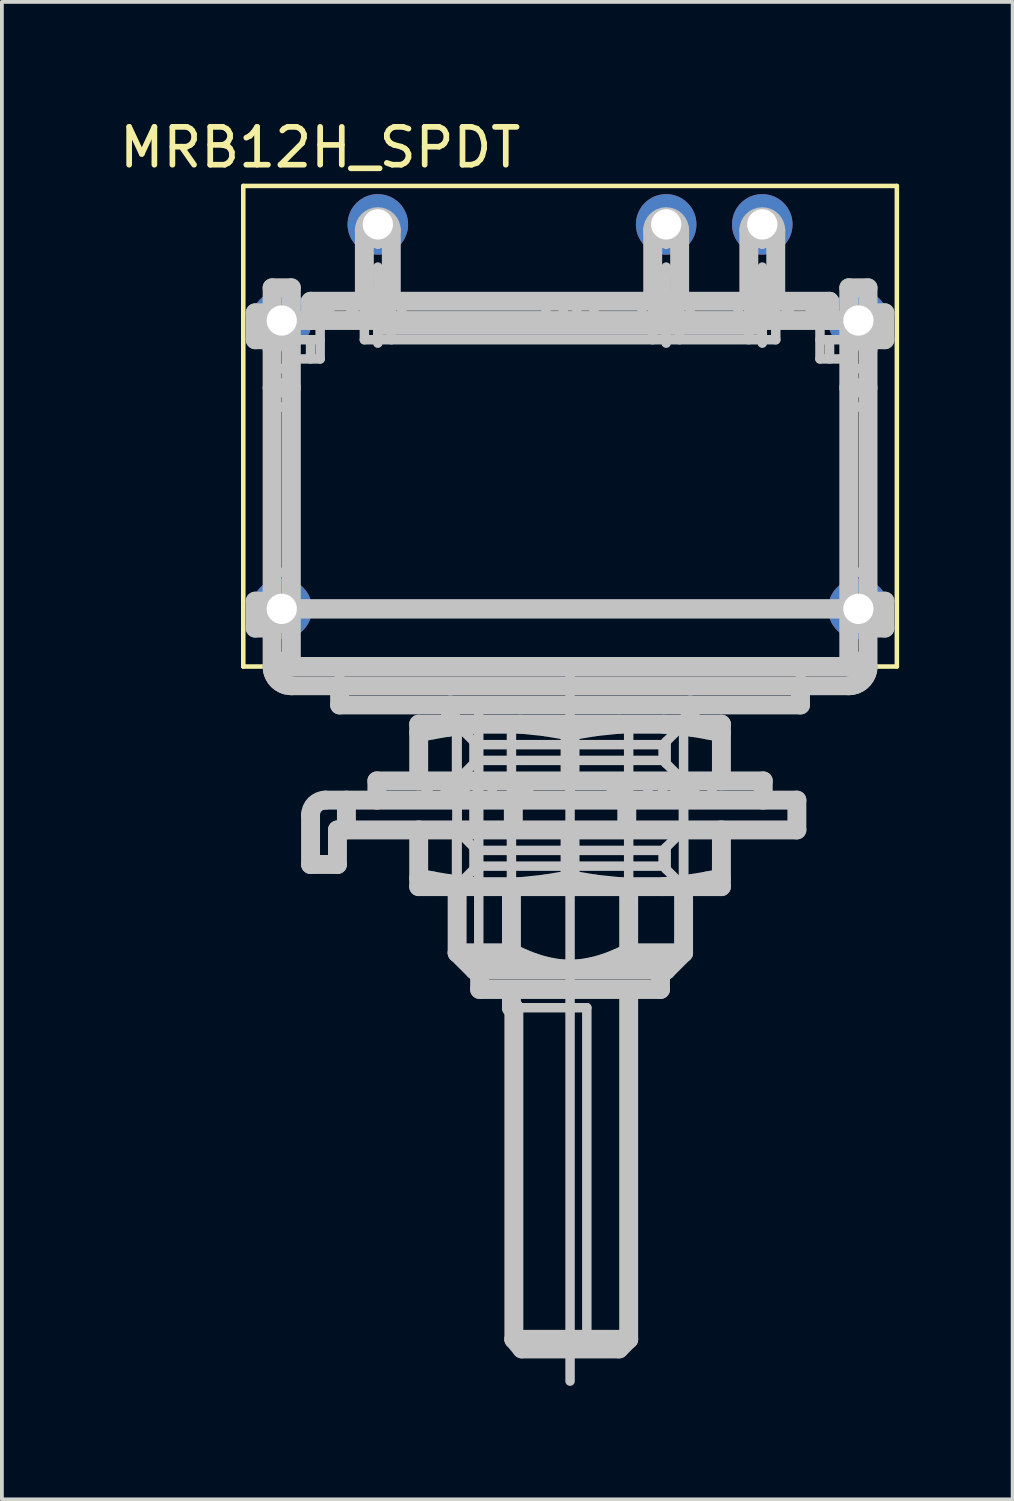
<source format=kicad_pcb>
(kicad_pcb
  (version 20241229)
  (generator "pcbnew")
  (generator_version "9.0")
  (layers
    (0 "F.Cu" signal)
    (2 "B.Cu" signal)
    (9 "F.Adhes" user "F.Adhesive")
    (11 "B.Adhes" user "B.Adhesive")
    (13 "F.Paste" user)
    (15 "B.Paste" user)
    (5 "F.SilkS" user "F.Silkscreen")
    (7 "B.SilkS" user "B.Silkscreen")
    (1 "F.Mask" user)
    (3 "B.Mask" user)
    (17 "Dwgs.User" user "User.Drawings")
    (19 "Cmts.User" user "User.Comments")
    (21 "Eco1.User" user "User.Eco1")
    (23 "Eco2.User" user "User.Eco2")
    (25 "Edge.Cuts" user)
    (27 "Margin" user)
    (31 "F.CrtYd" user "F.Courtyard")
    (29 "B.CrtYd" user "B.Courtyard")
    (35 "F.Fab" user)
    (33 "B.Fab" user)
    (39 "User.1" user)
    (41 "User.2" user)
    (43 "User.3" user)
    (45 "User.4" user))
  (footprint "MRB12H_SPDT"
    (layer "F.Cu")
    (at 9.475 2.88)
    (property "Reference" "MRB12H_SPDT" (at -4.064 -2.032 0) (unlocked yes) (layer "F.SilkS") (effects (font (size 1 1) (thickness 0.15))))
    (attr through_hole)
    (fp_line (start -6.096 -1.016) (end -6.096 11.684) (stroke (width 0.12) (type default)) (layer "F.SilkS"))
    (fp_line (start -6.096 11.684) (end 11.176 11.684) (stroke (width 0.12) (type default)) (layer "F.SilkS"))
    (fp_line (start 11.176 -1.016) (end -6.096 -1.016) (stroke (width 0.12) (type default)) (layer "F.SilkS"))
    (fp_line (start 11.176 11.684) (end 11.176 -1.016) (stroke (width 0.12) (type default)) (layer "F.SilkS"))
    (fp_line (start -5.78 2.337) (end -5.78 3.048) (stroke (width 0.5) (type solid)) (layer "Dwgs.User"))
    (fp_line (start -5.78 2.337) (end -5.334 2.337) (stroke (width 0.5) (type solid)) (layer "Dwgs.User"))
    (fp_line (start -5.78 9.957) (end -5.78 10.668) (stroke (width 0.5) (type solid)) (layer "Dwgs.User"))
    (fp_line (start -5.78 9.957) (end -5.334 9.957) (stroke (width 0.5) (type solid)) (layer "Dwgs.User"))
    (fp_line (start -5.734 3.048) (end -5.734 2.337) (stroke (width 0.25) (type solid)) (layer "Dwgs.User"))
    (fp_line (start -5.734 10.668) (end -5.734 9.957) (stroke (width 0.25) (type solid)) (layer "Dwgs.User"))
    (fp_line (start -5.709 3.048) (end -5.709 2.337) (stroke (width 0.25) (type solid)) (layer "Dwgs.User"))
    (fp_line (start -5.709 10.668) (end -5.709 9.957) (stroke (width 0.25) (type solid)) (layer "Dwgs.User"))
    (fp_line (start -5.334 1.676) (end -5.334 11.684) (stroke (width 0.5) (type solid)) (layer "Dwgs.User"))
    (fp_line (start -5.334 1.676) (end -4.826 1.676) (stroke (width 0.5) (type solid)) (layer "Dwgs.User"))
    (fp_line (start -5.334 3.048) (end -5.78 3.048) (stroke (width 0.5) (type solid)) (layer "Dwgs.User"))
    (fp_line (start -5.334 10.668) (end -5.78 10.668) (stroke (width 0.5) (type solid)) (layer "Dwgs.User"))
    (fp_line (start -5.334 11.684) (end -5.327 11.767) (stroke (width 0.5) (type solid)) (layer "Dwgs.User"))
    (fp_line (start -5.327 11.767) (end -5.307 11.847) (stroke (width 0.5) (type solid)) (layer "Dwgs.User"))
    (fp_line (start -5.307 11.847) (end -5.274 11.923) (stroke (width 0.5) (type solid)) (layer "Dwgs.User"))
    (fp_line (start -5.274 11.923) (end -5.23 11.992) (stroke (width 0.5) (type solid)) (layer "Dwgs.User"))
    (fp_line (start -5.262 2.337) (end -5.262 3.048) (stroke (width 0.25) (type solid)) (layer "Dwgs.User"))
    (fp_line (start -5.262 9.957) (end -5.262 10.668) (stroke (width 0.25) (type solid)) (layer "Dwgs.User"))
    (fp_line (start -5.239 3.048) (end -5.239 2.337) (stroke (width 0.25) (type solid)) (layer "Dwgs.User"))
    (fp_line (start -5.239 10.668) (end -5.239 9.957) (stroke (width 0.25) (type solid)) (layer "Dwgs.User"))
    (fp_line (start -5.23 11.992) (end -5.175 12.054) (stroke (width 0.5) (type solid)) (layer "Dwgs.User"))
    (fp_line (start -5.226 3.048) (end -5.226 2.337) (stroke (width 0.25) (type solid)) (layer "Dwgs.User"))
    (fp_line (start -5.226 10.668) (end -5.226 9.957) (stroke (width 0.25) (type solid)) (layer "Dwgs.User"))
    (fp_line (start -5.175 12.054) (end -5.11 12.105) (stroke (width 0.5) (type solid)) (layer "Dwgs.User"))
    (fp_line (start -5.11 12.105) (end -5.036 12.147) (stroke (width 0.5) (type solid)) (layer "Dwgs.User"))
    (fp_line (start -5.08 3.048) (end -5.334 3.048) (stroke (width 0.25) (type solid)) (layer "Dwgs.User"))
    (fp_line (start -5.036 12.147) (end -4.956 12.175) (stroke (width 0.5) (type solid)) (layer "Dwgs.User"))
    (fp_line (start -4.956 12.175) (end -4.826 12.192) (stroke (width 0.5) (type solid)) (layer "Dwgs.User"))
    (fp_line (start -4.826 1.676) (end -4.826 2.54) (stroke (width 0.5) (type solid)) (layer "Dwgs.User"))
    (fp_line (start -4.826 2.337) (end -5.334 2.337) (stroke (width 0.25) (type solid)) (layer "Dwgs.User"))
    (fp_line (start -4.826 2.54) (end -4.826 10.16) (stroke (width 0.5) (type solid)) (layer "Dwgs.User"))
    (fp_line (start -4.826 3.048) (end -5.08 3.048) (stroke (width 0.5) (type solid)) (layer "Dwgs.User"))
    (fp_line (start -4.826 3.556) (end -4.064 3.556) (stroke (width 0.25) (type solid)) (layer "Dwgs.User"))
    (fp_line (start -4.826 3.81) (end -5.334 3.81) (stroke (width 0.25) (type solid)) (layer "Dwgs.User"))
    (fp_line (start -4.826 4.318) (end -5.334 4.318) (stroke (width 0.5) (type solid)) (layer "Dwgs.User"))
    (fp_line (start -4.826 4.826) (end -5.334 4.826) (stroke (width 0.25) (type solid)) (layer "Dwgs.User"))
    (fp_line (start -4.826 9.195) (end -5.334 9.195) (stroke (width 0.25) (type solid)) (layer "Dwgs.User"))
    (fp_line (start -4.826 9.957) (end -5.334 9.957) (stroke (width 0.25) (type solid)) (layer "Dwgs.User"))
    (fp_line (start -4.826 10.668) (end -5.334 10.668) (stroke (width 0.25) (type solid)) (layer "Dwgs.User"))
    (fp_line (start -4.826 11.417) (end -5.334 11.417) (stroke (width 0.25) (type solid)) (layer "Dwgs.User"))
    (fp_line (start -4.826 11.684) (end -4.826 10.16) (stroke (width 0.5) (type solid)) (layer "Dwgs.User"))
    (fp_line (start -4.318 2.032) (end -4.318 2.54) (stroke (width 0.5) (type solid)) (layer "Dwgs.User"))
    (fp_line (start -4.318 3.048) (end -4.318 3.556) (stroke (width 0.25) (type solid)) (layer "Dwgs.User"))
    (fp_line (start -4.318 15.608) (end -4.318 16.916) (stroke (width 0.5) (type solid)) (layer "Dwgs.User"))
    (fp_line (start -4.318 16.916) (end -3.607 16.916) (stroke (width 0.5) (type solid)) (layer "Dwgs.User"))
    (fp_line (start -4.108 2.032) (end -4.108 2.54) (stroke (width 0.25) (type solid)) (layer "Dwgs.User"))
    (fp_line (start -4.064 2.032) (end -4.064 2.54) (stroke (width 0.25) (type solid)) (layer "Dwgs.User"))
    (fp_line (start -4.064 3.048) (end -4.826 3.048) (stroke (width 0.25) (type solid)) (layer "Dwgs.User"))
    (fp_line (start -4.064 3.556) (end -4.064 2.54) (stroke (width 0.25) (type solid)) (layer "Dwgs.User"))
    (fp_line (start -3.937 2.032) (end -3.937 2.54) (stroke (width 0.25) (type solid)) (layer "Dwgs.User"))
    (fp_line (start -3.832 2.032) (end -3.832 2.54) (stroke (width 0.25) (type solid)) (layer "Dwgs.User"))
    (fp_line (start -3.81 2.032) (end -3.81 2.54) (stroke (width 0.25) (type solid)) (layer "Dwgs.User"))
    (fp_line (start -3.607 16.002) (end 8.534 16.002) (stroke (width 0.5) (type solid)) (layer "Dwgs.User"))
    (fp_line (start -3.607 16.916) (end -3.607 16.002) (stroke (width 0.5) (type solid)) (layer "Dwgs.User"))
    (fp_line (start -3.556 11.684) (end -3.556 12.192) (stroke (width 0.25) (type solid)) (layer "Dwgs.User"))
    (fp_line (start -3.55 11.684) (end -3.55 12.192) (stroke (width 0.25) (type solid)) (layer "Dwgs.User"))
    (fp_line (start -3.55 12.192) (end -3.55 12.7) (stroke (width 0.5) (type solid)) (layer "Dwgs.User"))
    (fp_line (start -3.37 15.215) (end -3.37 16.002) (stroke (width 0.5) (type solid)) (layer "Dwgs.User"))
    (fp_line (start -3.251 2.032) (end -3.251 2.54) (stroke (width 0.25) (type solid)) (layer "Dwgs.User"))
    (fp_line (start -3.175 2.032) (end -3.175 2.54) (stroke (width 0.25) (type solid)) (layer "Dwgs.User"))
    (fp_line (start -2.931 1.219) (end -2.149 1.219) (stroke (width 0.25) (type solid)) (layer "Dwgs.User"))
    (fp_line (start -2.913 0.152) (end -2.167 0.152) (stroke (width 0.25) (type solid)) (layer "Dwgs.User"))
    (fp_line (start -2.896 0.152) (end -2.896 2.032) (stroke (width 0.5) (type solid)) (layer "Dwgs.User"))
    (fp_line (start -2.896 2.032) (end -2.896 3.048) (stroke (width 0.25) (type solid)) (layer "Dwgs.User"))
    (fp_line (start -2.718 2.032) (end -2.718 2.54) (stroke (width 0.25) (type solid)) (layer "Dwgs.User"))
    (fp_line (start -2.565 14.707) (end -2.565 15.215) (stroke (width 0.5) (type solid)) (layer "Dwgs.User"))
    (fp_line (start -2.565 14.707) (end 7.645 14.707) (stroke (width 0.5) (type solid)) (layer "Dwgs.User"))
    (fp_line (start -2.54 0.526) (end -2.54 -0.221) (stroke (width 0.25) (type solid)) (layer "Dwgs.User"))
    (fp_line (start -2.54 1.128) (end -2.54 3.139) (stroke (width 0.25) (type solid)) (layer "Dwgs.User"))
    (fp_line (start -2.54 2.794) (end -2.54 3.048) (stroke (width 0.25) (type solid)) (layer "Dwgs.User"))
    (fp_line (start -2.362 2.032) (end -2.362 2.54) (stroke (width 0.25) (type solid)) (layer "Dwgs.User"))
    (fp_line (start -2.184 1.219) (end -2.896 1.219) (stroke (width 0.25) (type solid)) (layer "Dwgs.User"))
    (fp_line (start -2.184 2.032) (end -2.184 0.152) (stroke (width 0.5) (type solid)) (layer "Dwgs.User"))
    (fp_line (start -2.184 3.048) (end -2.184 2.032) (stroke (width 0.25) (type solid)) (layer "Dwgs.User"))
    (fp_line (start -1.905 2.54) (end -1.905 2.032) (stroke (width 0.25) (type solid)) (layer "Dwgs.User"))
    (fp_line (start -1.46 13.208) (end -1.46 14.707) (stroke (width 0.5) (type solid)) (layer "Dwgs.User"))
    (fp_line (start -1.46 13.433) (end -1.082 13.357) (stroke (width 0.5) (type solid)) (layer "Dwgs.User"))
    (fp_line (start -1.46 16.002) (end -1.46 17.501) (stroke (width 0.5) (type solid)) (layer "Dwgs.User"))
    (fp_line (start -1.46 17.501) (end 6.54 17.501) (stroke (width 0.5) (type solid)) (layer "Dwgs.User"))
    (fp_line (start -1.27 14.707) (end -1.27 15.215) (stroke (width 0.25) (type solid)) (layer "Dwgs.User"))
    (fp_line (start -1.212 14.707) (end -1.212 15.215) (stroke (width 0.25) (type solid)) (layer "Dwgs.User"))
    (fp_line (start -1.082 13.357) (end -0.702 13.293) (stroke (width 0.5) (type solid)) (layer "Dwgs.User"))
    (fp_line (start -1.08 17.352) (end -1.46 17.275) (stroke (width 0.5) (type solid)) (layer "Dwgs.User"))
    (fp_line (start -0.76 14.707) (end -0.76 15.215) (stroke (width 0.25) (type solid)) (layer "Dwgs.User"))
    (fp_line (start -0.702 13.293) (end -0.318 13.243) (stroke (width 0.5) (type solid)) (layer "Dwgs.User"))
    (fp_line (start -0.699 17.416) (end -1.08 17.352) (stroke (width 0.5) (type solid)) (layer "Dwgs.User"))
    (fp_line (start -0.62 13.208) (end -0.62 12.7) (stroke (width 0.5) (type solid)) (layer "Dwgs.User"))
    (fp_line (start -0.612 14.707) (end -0.612 15.215) (stroke (width 0.25) (type solid)) (layer "Dwgs.User"))
    (fp_line (start -0.46 13.208) (end -0.46 14.707) (stroke (width 0.25) (type solid)) (layer "Dwgs.User"))
    (fp_line (start -0.46 17.501) (end -0.46 16.002) (stroke (width 0.25) (type solid)) (layer "Dwgs.User"))
    (fp_line (start -0.446 16.002) (end -0.446 15.215) (stroke (width 0.25) (type solid)) (layer "Dwgs.User"))
    (fp_line (start -0.444 13.224) (end 0.082 13.749) (stroke (width 0.25) (type solid)) (layer "Dwgs.User"))
    (fp_line (start -0.444 16.018) (end 0.082 16.544) (stroke (width 0.25) (type solid)) (layer "Dwgs.User"))
    (fp_line (start -0.444 17.501) (end -0.444 13.208) (stroke (width 0.25) (type solid)) (layer "Dwgs.User"))
    (fp_line (start -0.444 19.25) (end -0.444 17.501) (stroke (width 0.5) (type solid)) (layer "Dwgs.User"))
    (fp_line (start -0.444 19.25) (end 0.991 19.25) (stroke (width 0.5) (type solid)) (layer "Dwgs.User"))
    (fp_line (start -0.318 13.243) (end 0.066 13.208) (stroke (width 0.5) (type solid)) (layer "Dwgs.User"))
    (fp_line (start -0.317 17.466) (end -0.699 17.416) (stroke (width 0.5) (type solid)) (layer "Dwgs.User"))
    (fp_line (start -0.232 14.707) (end -0.232 15.215) (stroke (width 0.25) (type solid)) (layer "Dwgs.User"))
    (fp_line (start 0 14.247) (end 0 13.668) (stroke (width 0.25) (type solid)) (layer "Dwgs.User"))
    (fp_line (start 0 16.002) (end 0 15.215) (stroke (width 0.25) (type solid)) (layer "Dwgs.User"))
    (fp_line (start 0 17.041) (end 0 16.462) (stroke (width 0.25) (type solid)) (layer "Dwgs.User"))
    (fp_line (start 0.018 19.71) (end -0.444 19.25) (stroke (width 0.5) (type solid)) (layer "Dwgs.User"))
    (fp_line (start 0.018 19.71) (end 5.08 19.71) (stroke (width 0.5) (type solid)) (layer "Dwgs.User"))
    (fp_line (start 0.025 16.002) (end 0.025 15.215) (stroke (width 0.25) (type solid)) (layer "Dwgs.User"))
    (fp_line (start 0.066 17.501) (end -0.317 17.466) (stroke (width 0.5) (type solid)) (layer "Dwgs.User"))
    (fp_line (start 0.082 13.749) (end 0.082 14.165) (stroke (width 0.25) (type solid)) (layer "Dwgs.User"))
    (fp_line (start 0.082 14.165) (end -0.444 14.691) (stroke (width 0.25) (type solid)) (layer "Dwgs.User"))
    (fp_line (start 0.082 16.544) (end 0.082 16.959) (stroke (width 0.25) (type solid)) (layer "Dwgs.User"))
    (fp_line (start 0.082 16.544) (end 4.998 16.544) (stroke (width 0.25) (type solid)) (layer "Dwgs.User"))
    (fp_line (start 0.082 16.959) (end -0.444 17.485) (stroke (width 0.25) (type solid)) (layer "Dwgs.User"))
    (fp_line (start 0.082 16.959) (end 4.998 16.959) (stroke (width 0.25) (type solid)) (layer "Dwgs.User"))
    (fp_line (start 0.091 14.707) (end 0.091 15.215) (stroke (width 0.25) (type solid)) (layer "Dwgs.User"))
    (fp_line (start 0.127 19.71) (end 0.127 12.7) (stroke (width 0.25) (type solid)) (layer "Dwgs.User"))
    (fp_line (start 0.15 19.71) (end 0.15 20.218) (stroke (width 0.5) (type solid)) (layer "Dwgs.User"))
    (fp_line (start 0.15 20.218) (end 4.93 20.218) (stroke (width 0.5) (type solid)) (layer "Dwgs.User"))
    (fp_line (start 0.483 14.707) (end 0.483 15.215) (stroke (width 0.25) (type solid)) (layer "Dwgs.User"))
    (fp_line (start 0.991 17.501) (end 0.991 13.208) (stroke (width 0.25) (type solid)) (layer "Dwgs.User"))
    (fp_line (start 0.991 19.25) (end 0.991 17.501) (stroke (width 0.5) (type solid)) (layer "Dwgs.User"))
    (fp_line (start 0.991 20.218) (end 0.991 20.701) (stroke (width 0.5) (type solid)) (layer "Dwgs.User"))
    (fp_line (start 1.041 16.002) (end 1.041 15.215) (stroke (width 0.5) (type solid)) (layer "Dwgs.User"))
    (fp_line (start 1.055 20.701) (end 0.991 20.701) (stroke (width 0.5) (type solid)) (layer "Dwgs.User"))
    (fp_line (start 1.055 20.701) (end 2.983 20.701) (stroke (width 0.25) (type solid)) (layer "Dwgs.User"))
    (fp_line (start 1.055 29.464) (end 1.055 20.701) (stroke (width 0.5) (type solid)) (layer "Dwgs.User"))
    (fp_line (start 1.055 29.464) (end 4.089 29.464) (stroke (width 0.5) (type solid)) (layer "Dwgs.User"))
    (fp_line (start 1.23 13.208) (end 1.886 13.277) (stroke (width 0.5) (type solid)) (layer "Dwgs.User"))
    (fp_line (start 1.237 14.707) (end 1.237 15.215) (stroke (width 0.25) (type solid)) (layer "Dwgs.User"))
    (fp_line (start 1.266 29.718) (end 1.055 29.464) (stroke (width 0.5) (type solid)) (layer "Dwgs.User"))
    (fp_line (start 1.266 29.718) (end 3.835 29.718) (stroke (width 0.5) (type solid)) (layer "Dwgs.User"))
    (fp_line (start 1.291 19.394) (end 0.991 19.25) (stroke (width 0.5) (type solid)) (layer "Dwgs.User"))
    (fp_line (start 1.445 14.707) (end 1.445 15.215) (stroke (width 0.25) (type solid)) (layer "Dwgs.User"))
    (fp_line (start 1.601 19.515) (end 1.291 19.394) (stroke (width 0.5) (type solid)) (layer "Dwgs.User"))
    (fp_line (start 1.886 13.277) (end 2.54 13.388) (stroke (width 0.5) (type solid)) (layer "Dwgs.User"))
    (fp_line (start 1.888 17.431) (end 1.23 17.501) (stroke (width 0.5) (type solid)) (layer "Dwgs.User"))
    (fp_line (start 1.905 2.032) (end 1.905 2.54) (stroke (width 0.25) (type solid)) (layer "Dwgs.User"))
    (fp_line (start 1.905 19.604) (end 1.601 19.515) (stroke (width 0.5) (type solid)) (layer "Dwgs.User"))
    (fp_line (start 2.218 19.661) (end 1.905 19.604) (stroke (width 0.5) (type solid)) (layer "Dwgs.User"))
    (fp_line (start 2.362 2.032) (end 2.362 2.54) (stroke (width 0.25) (type solid)) (layer "Dwgs.User"))
    (fp_line (start 2.534 19.681) (end 2.218 19.661) (stroke (width 0.5) (type solid)) (layer "Dwgs.User"))
    (fp_line (start 2.54 11.645) (end 2.54 30.569) (stroke (width 0.25) (type solid)) (layer "Dwgs.User"))
    (fp_line (start 2.54 13.388) (end 2.54 14.707) (stroke (width 0.5) (type solid)) (layer "Dwgs.User"))
    (fp_line (start 2.54 13.388) (end 3.192 13.277) (stroke (width 0.5) (type solid)) (layer "Dwgs.User"))
    (fp_line (start 2.54 14.707) (end 2.54 15.215) (stroke (width 0.25) (type solid)) (layer "Dwgs.User"))
    (fp_line (start 2.54 17.32) (end 1.888 17.431) (stroke (width 0.5) (type solid)) (layer "Dwgs.User"))
    (fp_line (start 2.54 17.32) (end 2.54 16.002) (stroke (width 0.5) (type solid)) (layer "Dwgs.User"))
    (fp_line (start 2.718 2.032) (end 2.718 2.54) (stroke (width 0.25) (type solid)) (layer "Dwgs.User"))
    (fp_line (start 2.85 19.662) (end 2.534 19.681) (stroke (width 0.5) (type solid)) (layer "Dwgs.User"))
    (fp_line (start 2.983 20.701) (end 2.983 29.464) (stroke (width 0.25) (type solid)) (layer "Dwgs.User"))
    (fp_line (start 2.983 29.464) (end 2.773 29.718) (stroke (width 0.25) (type solid)) (layer "Dwgs.User"))
    (fp_line (start 3.162 19.607) (end 2.85 19.662) (stroke (width 0.5) (type solid)) (layer "Dwgs.User"))
    (fp_line (start 3.175 2.54) (end 3.175 2.032) (stroke (width 0.25) (type solid)) (layer "Dwgs.User"))
    (fp_line (start 3.192 13.277) (end 3.85 13.208) (stroke (width 0.5) (type solid)) (layer "Dwgs.User"))
    (fp_line (start 3.194 17.432) (end 2.54 17.32) (stroke (width 0.5) (type solid)) (layer "Dwgs.User"))
    (fp_line (start 3.466 19.52) (end 3.162 19.607) (stroke (width 0.5) (type solid)) (layer "Dwgs.User"))
    (fp_line (start 3.635 14.707) (end 3.635 15.215) (stroke (width 0.25) (type solid)) (layer "Dwgs.User"))
    (fp_line (start 3.783 19.397) (end 3.466 19.52) (stroke (width 0.5) (type solid)) (layer "Dwgs.User"))
    (fp_line (start 3.835 29.718) (end 4.089 29.464) (stroke (width 0.5) (type solid)) (layer "Dwgs.User"))
    (fp_line (start 3.843 14.707) (end 3.843 15.215) (stroke (width 0.25) (type solid)) (layer "Dwgs.User"))
    (fp_line (start 3.85 17.501) (end 3.194 17.432) (stroke (width 0.5) (type solid)) (layer "Dwgs.User"))
    (fp_line (start 4.039 15.215) (end 4.039 16.002) (stroke (width 0.5) (type solid)) (layer "Dwgs.User"))
    (fp_line (start 4.089 13.208) (end 4.089 17.501) (stroke (width 0.25) (type solid)) (layer "Dwgs.User"))
    (fp_line (start 4.089 17.501) (end 4.089 19.25) (stroke (width 0.5) (type solid)) (layer "Dwgs.User"))
    (fp_line (start 4.089 19.25) (end 3.783 19.397) (stroke (width 0.5) (type solid)) (layer "Dwgs.User"))
    (fp_line (start 4.089 19.25) (end 5.54 19.25) (stroke (width 0.5) (type solid)) (layer "Dwgs.User"))
    (fp_line (start 4.089 29.464) (end 4.089 20.218) (stroke (width 0.5) (type solid)) (layer "Dwgs.User"))
    (fp_line (start 4.445 2.032) (end 4.445 2.54) (stroke (width 0.25) (type solid)) (layer "Dwgs.User"))
    (fp_line (start 4.597 14.707) (end 4.597 15.215) (stroke (width 0.25) (type solid)) (layer "Dwgs.User"))
    (fp_line (start 4.689 1.219) (end 5.471 1.219) (stroke (width 0.25) (type solid)) (layer "Dwgs.User"))
    (fp_line (start 4.707 0.152) (end 5.453 0.152) (stroke (width 0.25) (type solid)) (layer "Dwgs.User"))
    (fp_line (start 4.724 0.152) (end 4.724 2.032) (stroke (width 0.5) (type solid)) (layer "Dwgs.User"))
    (fp_line (start 4.724 2.032) (end 4.724 3.048) (stroke (width 0.25) (type solid)) (layer "Dwgs.User"))
    (fp_line (start 4.902 2.032) (end 4.902 2.54) (stroke (width 0.25) (type solid)) (layer "Dwgs.User"))
    (fp_line (start 4.93 20.218) (end 4.93 19.71) (stroke (width 0.5) (type solid)) (layer "Dwgs.User"))
    (fp_line (start 4.989 14.707) (end 4.989 15.215) (stroke (width 0.25) (type solid)) (layer "Dwgs.User"))
    (fp_line (start 4.998 13.749) (end 0.082 13.749) (stroke (width 0.25) (type solid)) (layer "Dwgs.User"))
    (fp_line (start 4.998 13.749) (end 5.54 13.208) (stroke (width 0.25) (type solid)) (layer "Dwgs.User"))
    (fp_line (start 4.998 14.165) (end 0.082 14.165) (stroke (width 0.25) (type solid)) (layer "Dwgs.User"))
    (fp_line (start 4.998 14.165) (end 4.998 13.749) (stroke (width 0.25) (type solid)) (layer "Dwgs.User"))
    (fp_line (start 4.998 16.544) (end 5.54 16.002) (stroke (width 0.25) (type solid)) (layer "Dwgs.User"))
    (fp_line (start 4.998 16.959) (end 4.998 16.544) (stroke (width 0.25) (type solid)) (layer "Dwgs.User"))
    (fp_line (start 5.014 13.208) (end 5.397 13.243) (stroke (width 0.5) (type solid)) (layer "Dwgs.User"))
    (fp_line (start 5.08 0.526) (end 5.08 -0.221) (stroke (width 0.25) (type solid)) (layer "Dwgs.User"))
    (fp_line (start 5.08 1.128) (end 5.08 3.139) (stroke (width 0.25) (type solid)) (layer "Dwgs.User"))
    (fp_line (start 5.08 14.247) (end 5.08 13.668) (stroke (width 0.25) (type solid)) (layer "Dwgs.User"))
    (fp_line (start 5.08 17.041) (end 5.08 16.462) (stroke (width 0.25) (type solid)) (layer "Dwgs.User"))
    (fp_line (start 5.08 19.71) (end 5.54 19.25) (stroke (width 0.5) (type solid)) (layer "Dwgs.User"))
    (fp_line (start 5.258 2.032) (end 5.258 2.54) (stroke (width 0.25) (type solid)) (layer "Dwgs.User"))
    (fp_line (start 5.312 14.707) (end 5.312 15.215) (stroke (width 0.25) (type solid)) (layer "Dwgs.User"))
    (fp_line (start 5.397 13.243) (end 5.779 13.293) (stroke (width 0.5) (type solid)) (layer "Dwgs.User"))
    (fp_line (start 5.398 17.466) (end 5.014 17.501) (stroke (width 0.5) (type solid)) (layer "Dwgs.User"))
    (fp_line (start 5.436 1.219) (end 4.724 1.219) (stroke (width 0.25) (type solid)) (layer "Dwgs.User"))
    (fp_line (start 5.436 2.032) (end 5.436 0.152) (stroke (width 0.5) (type solid)) (layer "Dwgs.User"))
    (fp_line (start 5.436 3.048) (end 5.436 2.032) (stroke (width 0.25) (type solid)) (layer "Dwgs.User"))
    (fp_line (start 5.537 16.002) (end 5.537 15.215) (stroke (width 0.25) (type solid)) (layer "Dwgs.User"))
    (fp_line (start 5.54 14.707) (end 4.998 14.165) (stroke (width 0.25) (type solid)) (layer "Dwgs.User"))
    (fp_line (start 5.54 17.501) (end 4.998 16.959) (stroke (width 0.25) (type solid)) (layer "Dwgs.User"))
    (fp_line (start 5.54 17.501) (end 5.54 13.208) (stroke (width 0.25) (type solid)) (layer "Dwgs.User"))
    (fp_line (start 5.54 17.501) (end 5.54 16.002) (stroke (width 0.25) (type solid)) (layer "Dwgs.User"))
    (fp_line (start 5.54 19.25) (end 5.54 17.501) (stroke (width 0.5) (type solid)) (layer "Dwgs.User"))
    (fp_line (start 5.692 14.707) (end 5.692 15.215) (stroke (width 0.25) (type solid)) (layer "Dwgs.User"))
    (fp_line (start 5.715 2.54) (end 5.715 2.032) (stroke (width 0.25) (type solid)) (layer "Dwgs.User"))
    (fp_line (start 5.715 13.208) (end 5.715 12.7) (stroke (width 0.5) (type solid)) (layer "Dwgs.User"))
    (fp_line (start 5.74 15.215) (end 5.74 14.707) (stroke (width 0.25) (type solid)) (layer "Dwgs.User"))
    (fp_line (start 5.779 13.293) (end 6.16 13.357) (stroke (width 0.5) (type solid)) (layer "Dwgs.User"))
    (fp_line (start 5.782 17.415) (end 5.398 17.466) (stroke (width 0.5) (type solid)) (layer "Dwgs.User"))
    (fp_line (start 5.84 14.707) (end 5.84 15.215) (stroke (width 0.25) (type solid)) (layer "Dwgs.User"))
    (fp_line (start 6.16 13.357) (end 6.54 13.433) (stroke (width 0.5) (type solid)) (layer "Dwgs.User"))
    (fp_line (start 6.162 17.351) (end 5.782 17.415) (stroke (width 0.5) (type solid)) (layer "Dwgs.User"))
    (fp_line (start 6.292 14.707) (end 6.292 15.215) (stroke (width 0.25) (type solid)) (layer "Dwgs.User"))
    (fp_line (start 6.54 13.208) (end -1.46 13.208) (stroke (width 0.5) (type solid)) (layer "Dwgs.User"))
    (fp_line (start 6.54 14.707) (end 6.54 13.208) (stroke (width 0.5) (type solid)) (layer "Dwgs.User"))
    (fp_line (start 6.54 17.275) (end 6.162 17.351) (stroke (width 0.5) (type solid)) (layer "Dwgs.User"))
    (fp_line (start 6.54 17.501) (end 6.54 16.002) (stroke (width 0.5) (type solid)) (layer "Dwgs.User"))
    (fp_line (start 6.985 2.032) (end 6.985 2.54) (stroke (width 0.25) (type solid)) (layer "Dwgs.User"))
    (fp_line (start 7.229 1.219) (end 8.011 1.219) (stroke (width 0.25) (type solid)) (layer "Dwgs.User"))
    (fp_line (start 7.247 0.152) (end 7.993 0.152) (stroke (width 0.25) (type solid)) (layer "Dwgs.User"))
    (fp_line (start 7.264 0.152) (end 7.264 2.032) (stroke (width 0.5) (type solid)) (layer "Dwgs.User"))
    (fp_line (start 7.264 2.032) (end 7.264 3.048) (stroke (width 0.25) (type solid)) (layer "Dwgs.User"))
    (fp_line (start 7.442 2.032) (end 7.442 2.54) (stroke (width 0.25) (type solid)) (layer "Dwgs.User"))
    (fp_line (start 7.62 0.526) (end 7.62 -0.221) (stroke (width 0.25) (type solid)) (layer "Dwgs.User"))
    (fp_line (start 7.62 1.128) (end 7.62 3.139) (stroke (width 0.25) (type solid)) (layer "Dwgs.User"))
    (fp_line (start 7.62 2.794) (end -2.54 2.794) (stroke (width 0.25) (type solid)) (layer "Dwgs.User"))
    (fp_line (start 7.62 2.794) (end 7.62 3.048) (stroke (width 0.25) (type solid)) (layer "Dwgs.User"))
    (fp_line (start 7.645 15.215) (end 7.645 14.707) (stroke (width 0.5) (type solid)) (layer "Dwgs.User"))
    (fp_line (start 7.798 2.032) (end 7.798 2.54) (stroke (width 0.25) (type solid)) (layer "Dwgs.User"))
    (fp_line (start 7.976 1.219) (end 7.264 1.219) (stroke (width 0.25) (type solid)) (layer "Dwgs.User"))
    (fp_line (start 7.976 2.032) (end 7.976 0.152) (stroke (width 0.5) (type solid)) (layer "Dwgs.User"))
    (fp_line (start 7.976 3.048) (end -2.896 3.048) (stroke (width 0.25) (type solid)) (layer "Dwgs.User"))
    (fp_line (start 7.976 3.048) (end 7.976 2.032) (stroke (width 0.25) (type solid)) (layer "Dwgs.User"))
    (fp_line (start 8.255 2.54) (end 8.255 2.032) (stroke (width 0.25) (type solid)) (layer "Dwgs.User"))
    (fp_line (start 8.331 2.032) (end 8.331 2.54) (stroke (width 0.25) (type solid)) (layer "Dwgs.User"))
    (fp_line (start 8.534 15.215) (end -3.924 15.215) (stroke (width 0.5) (type solid)) (layer "Dwgs.User"))
    (fp_line (start 8.534 16.002) (end 8.534 15.215) (stroke (width 0.5) (type solid)) (layer "Dwgs.User"))
    (fp_line (start 8.63 12.192) (end 8.63 11.684) (stroke (width 0.25) (type solid)) (layer "Dwgs.User"))
    (fp_line (start 8.63 12.7) (end -3.55 12.7) (stroke (width 0.5) (type solid)) (layer "Dwgs.User"))
    (fp_line (start 8.63 12.7) (end 8.63 12.192) (stroke (width 0.5) (type solid)) (layer "Dwgs.User"))
    (fp_line (start 8.636 12.192) (end 8.636 11.684) (stroke (width 0.25) (type solid)) (layer "Dwgs.User"))
    (fp_line (start 8.89 2.032) (end 8.89 2.54) (stroke (width 0.25) (type solid)) (layer "Dwgs.User"))
    (fp_line (start 8.912 2.032) (end 8.912 2.54) (stroke (width 0.25) (type solid)) (layer "Dwgs.User"))
    (fp_line (start 9.017 2.032) (end 9.017 2.54) (stroke (width 0.25) (type solid)) (layer "Dwgs.User"))
    (fp_line (start 9.144 2.032) (end 9.144 2.54) (stroke (width 0.25) (type solid)) (layer "Dwgs.User"))
    (fp_line (start 9.144 3.556) (end 9.144 2.54) (stroke (width 0.25) (type solid)) (layer "Dwgs.User"))
    (fp_line (start 9.144 3.556) (end 9.906 3.556) (stroke (width 0.25) (type solid)) (layer "Dwgs.User"))
    (fp_line (start 9.188 2.032) (end 9.188 2.54) (stroke (width 0.25) (type solid)) (layer "Dwgs.User"))
    (fp_line (start 9.398 2.032) (end -4.318 2.032) (stroke (width 0.5) (type solid)) (layer "Dwgs.User"))
    (fp_line (start 9.398 2.032) (end 9.398 2.54) (stroke (width 0.5) (type solid)) (layer "Dwgs.User"))
    (fp_line (start 9.398 3.048) (end 9.398 3.556) (stroke (width 0.25) (type solid)) (layer "Dwgs.User"))
    (fp_line (start 9.906 1.676) (end 10.414 1.676) (stroke (width 0.5) (type solid)) (layer "Dwgs.User"))
    (fp_line (start 9.906 2.54) (end -4.826 2.54) (stroke (width 0.5) (type solid)) (layer "Dwgs.User"))
    (fp_line (start 9.906 2.54) (end 9.906 1.676) (stroke (width 0.5) (type solid)) (layer "Dwgs.User"))
    (fp_line (start 9.906 2.54) (end 9.906 10.16) (stroke (width 0.5) (type solid)) (layer "Dwgs.User"))
    (fp_line (start 9.906 3.048) (end 9.144 3.048) (stroke (width 0.25) (type solid)) (layer "Dwgs.User"))
    (fp_line (start 9.906 10.16) (end -4.826 10.16) (stroke (width 0.5) (type solid)) (layer "Dwgs.User"))
    (fp_line (start 9.906 10.16) (end -4.826 10.16) (stroke (width 0.5) (type solid)) (layer "Dwgs.User"))
    (fp_line (start 9.906 11.684) (end -4.826 11.684) (stroke (width 0.5) (type solid)) (layer "Dwgs.User"))
    (fp_line (start 9.906 11.684) (end 9.906 10.16) (stroke (width 0.5) (type solid)) (layer "Dwgs.User"))
    (fp_line (start 9.906 12.192) (end -4.826 12.192) (stroke (width 0.5) (type solid)) (layer "Dwgs.User"))
    (fp_line (start 9.906 12.192) (end 9.994 12.184) (stroke (width 0.5) (type solid)) (layer "Dwgs.User"))
    (fp_line (start 9.994 12.184) (end 10.079 12.162) (stroke (width 0.5) (type solid)) (layer "Dwgs.User"))
    (fp_line (start 10.079 12.162) (end 10.16 12.124) (stroke (width 0.5) (type solid)) (layer "Dwgs.User"))
    (fp_line (start 10.16 12.124) (end 10.233 12.073) (stroke (width 0.5) (type solid)) (layer "Dwgs.User"))
    (fp_line (start 10.16 3.048) (end 9.906 3.048) (stroke (width 0.5) (type solid)) (layer "Dwgs.User"))
    (fp_line (start 10.233 12.073) (end 10.295 12.01) (stroke (width 0.5) (type solid)) (layer "Dwgs.User"))
    (fp_line (start 10.295 12.01) (end 10.346 11.938) (stroke (width 0.5) (type solid)) (layer "Dwgs.User"))
    (fp_line (start 10.306 3.048) (end 10.306 2.337) (stroke (width 0.25) (type solid)) (layer "Dwgs.User"))
    (fp_line (start 10.306 10.668) (end 10.306 9.957) (stroke (width 0.25) (type solid)) (layer "Dwgs.User"))
    (fp_line (start 10.319 3.048) (end 10.319 2.337) (stroke (width 0.25) (type solid)) (layer "Dwgs.User"))
    (fp_line (start 10.319 10.668) (end 10.319 9.957) (stroke (width 0.25) (type solid)) (layer "Dwgs.User"))
    (fp_line (start 10.342 3.048) (end 10.342 2.337) (stroke (width 0.25) (type solid)) (layer "Dwgs.User"))
    (fp_line (start 10.342 10.668) (end 10.342 9.957) (stroke (width 0.25) (type solid)) (layer "Dwgs.User"))
    (fp_line (start 10.346 11.938) (end 10.383 11.86) (stroke (width 0.5) (type solid)) (layer "Dwgs.User"))
    (fp_line (start 10.383 11.86) (end 10.406 11.776) (stroke (width 0.5) (type solid)) (layer "Dwgs.User"))
    (fp_line (start 10.406 11.776) (end 10.414 11.684) (stroke (width 0.5) (type solid)) (layer "Dwgs.User"))
    (fp_line (start 10.414 2.337) (end 9.906 2.337) (stroke (width 0.25) (type solid)) (layer "Dwgs.User"))
    (fp_line (start 10.414 2.337) (end 10.86 2.337) (stroke (width 0.5) (type solid)) (layer "Dwgs.User"))
    (fp_line (start 10.414 3.048) (end 10.16 3.048) (stroke (width 0.25) (type solid)) (layer "Dwgs.User"))
    (fp_line (start 10.414 3.81) (end 9.906 3.81) (stroke (width 0.25) (type solid)) (layer "Dwgs.User"))
    (fp_line (start 10.414 4.318) (end 9.906 4.318) (stroke (width 0.5) (type solid)) (layer "Dwgs.User"))
    (fp_line (start 10.414 4.826) (end 9.906 4.826) (stroke (width 0.25) (type solid)) (layer "Dwgs.User"))
    (fp_line (start 10.414 9.195) (end 9.906 9.195) (stroke (width 0.25) (type solid)) (layer "Dwgs.User"))
    (fp_line (start 10.414 9.957) (end 9.906 9.957) (stroke (width 0.25) (type solid)) (layer "Dwgs.User"))
    (fp_line (start 10.414 9.957) (end 10.86 9.957) (stroke (width 0.5) (type solid)) (layer "Dwgs.User"))
    (fp_line (start 10.414 10.668) (end 9.906 10.668) (stroke (width 0.25) (type solid)) (layer "Dwgs.User"))
    (fp_line (start 10.414 11.417) (end 9.906 11.417) (stroke (width 0.25) (type solid)) (layer "Dwgs.User"))
    (fp_line (start 10.414 11.684) (end -5.334 11.684) (stroke (width 0.5) (type solid)) (layer "Dwgs.User"))
    (fp_line (start 10.414 11.684) (end 10.414 1.676) (stroke (width 0.5) (type solid)) (layer "Dwgs.User"))
    (fp_line (start 10.789 3.048) (end 10.789 2.337) (stroke (width 0.25) (type solid)) (layer "Dwgs.User"))
    (fp_line (start 10.789 10.668) (end 10.789 9.957) (stroke (width 0.25) (type solid)) (layer "Dwgs.User"))
    (fp_line (start 10.814 3.048) (end 10.814 2.337) (stroke (width 0.25) (type solid)) (layer "Dwgs.User"))
    (fp_line (start 10.814 10.668) (end 10.814 9.957) (stroke (width 0.25) (type solid)) (layer "Dwgs.User"))
    (fp_line (start 10.86 3.048) (end 10.414 3.048) (stroke (width 0.5) (type solid)) (layer "Dwgs.User"))
    (fp_line (start 10.86 3.048) (end 10.86 2.337) (stroke (width 0.5) (type solid)) (layer "Dwgs.User"))
    (fp_line (start 10.86 10.668) (end 10.414 10.668) (stroke (width 0.5) (type solid)) (layer "Dwgs.User"))
    (fp_line (start 10.86 10.668) (end 10.86 9.957) (stroke (width 0.5) (type solid)) (layer "Dwgs.User"))
    (fp_arc (start -5.334 3.302) (mid -5.259605 3.122395) (end -5.08 3.048) (stroke (width 0.5) (type solid)) (layer "Dwgs.User"))
    (fp_arc (start -4.318 15.6083) (mid -4.202688 15.329912) (end -3.9243 15.2146) (stroke (width 0.5) (type solid)) (layer "Dwgs.User"))
    (fp_arc (start -2.8956 0.1524) (mid -2.54 -0.2032) (end -2.1844 0.1524) (stroke (width 0.5) (type solid)) (layer "Dwgs.User"))
    (fp_arc (start -2.1844 0.1524) (mid -2.54 0.508) (end -2.8956 0.1524) (stroke (width 0.25) (type solid)) (layer "Dwgs.User"))
    (fp_arc (start 4.7244 0.1524) (mid 5.08 -0.2032) (end 5.4356 0.1524) (stroke (width 0.5) (type solid)) (layer "Dwgs.User"))
    (fp_arc (start 5.4356 0.1524) (mid 5.08 0.508) (end 4.7244 0.1524) (stroke (width 0.25) (type solid)) (layer "Dwgs.User"))
    (fp_arc (start 7.2644 0.1524) (mid 7.62 -0.2032) (end 7.9756 0.1524) (stroke (width 0.5) (type solid)) (layer "Dwgs.User"))
    (fp_arc (start 7.9756 0.1524) (mid 7.62 0.508) (end 7.2644 0.1524) (stroke (width 0.25) (type solid)) (layer "Dwgs.User"))
    (fp_arc (start 10.16 3.048) (mid 10.339605 3.122395) (end 10.414 3.302) (stroke (width 0.5) (type solid)) (layer "Dwgs.User"))
    (fp_circle (center 2.54 2.54) (end 2.794 2.54) (stroke (width 0.0001) (type solid)) (fill no) (layer "Dwgs.User"))
    (fp_circle (center 2.54 10.16) (end 2.794 10.16) (stroke (width 0.0001) (type solid)) (fill no) (layer "Dwgs.User"))
    (fp_circle (center 2.54 10.16) (end 2.794 10.16) (stroke (width 0.0001) (type solid)) (fill no) (layer "Dwgs.User"))
    (fp_circle (center 2.54 11.684) (end 2.794 11.684) (stroke (width 0.0001) (type solid)) (fill no) (layer "Dwgs.User"))
    (fp_circle (center 2.54 11.684) (end 2.794 11.684) (stroke (width 0.0001) (type solid)) (fill no) (layer "Dwgs.User"))
    (fp_circle (center 2.54 11.684) (end 2.794 11.684) (stroke (width 0.0001) (type solid)) (fill no) (layer "Dwgs.User"))
    (fp_circle (center 2.54 11.684) (end 2.794 11.684) (stroke (width 0.0001) (type solid)) (fill no) (layer "Dwgs.User"))
    (fp_circle (center 2.54 12.7) (end 2.794 12.7) (stroke (width 0.0001) (type solid)) (fill no) (layer "Dwgs.User"))
    (fp_circle (center 2.54 12.7) (end 2.794 12.7) (stroke (width 0.0001) (type solid)) (fill no) (layer "Dwgs.User"))
    (fp_circle (center 2.54 12.7) (end 2.794 12.7) (stroke (width 0.0001) (type solid)) (fill no) (layer "Dwgs.User"))
    (fp_circle (center 2.54 12.7) (end 2.794 12.7) (stroke (width 0.0001) (type solid)) (fill no) (layer "Dwgs.User"))
    (fp_circle (center 2.54 13.208) (end 2.794 13.208) (stroke (width 0.0001) (type solid)) (fill no) (layer "Dwgs.User"))
    (fp_circle (center 2.54 13.208) (end 2.794 13.208) (stroke (width 0.0001) (type solid)) (fill no) (layer "Dwgs.User"))
    (fp_circle (center 2.54 14.707) (end 2.794 14.707) (stroke (width 0.0001) (type solid)) (fill no) (layer "Dwgs.User"))
    (fp_circle (center 2.54 14.707) (end 2.794 14.707) (stroke (width 0.0001) (type solid)) (fill no) (layer "Dwgs.User"))
    (fp_circle (center 2.54 15.215) (end 2.794 15.215) (stroke (width 0.0001) (type solid)) (fill no) (layer "Dwgs.User"))
    (fp_circle (center 2.54 15.215) (end 2.794 15.215) (stroke (width 0.0001) (type solid)) (fill no) (layer "Dwgs.User"))
    (fp_circle (center 2.54 15.608) (end 2.794 15.608) (stroke (width 0.0001) (type solid)) (fill no) (layer "Dwgs.User"))
    (fp_circle (center 2.54 16.002) (end 2.794 16.002) (stroke (width 0.0001) (type solid)) (fill no) (layer "Dwgs.User"))
    (fp_circle (center 2.54 16.002) (end 2.794 16.002) (stroke (width 0.0001) (type solid)) (fill no) (layer "Dwgs.User"))
    (fp_circle (center 2.54 17.501) (end 2.794 17.501) (stroke (width 0.0001) (type solid)) (fill no) (layer "Dwgs.User"))
    (fp_circle (center 2.54 20.218) (end 2.794 20.218) (stroke (width 0.0001) (type solid)) (fill no) (layer "Dwgs.User"))
    (pad "" thru_hole circle (at -5.08 2.54) (size 1.6 1.6) (drill 0.8) (layers "*.Cu" "*.Mask"))
    (pad "" thru_hole circle (at -5.08 10.16) (size 1.6 1.6) (drill 0.8) (layers "*.Cu" "*.Mask"))
    (pad "" thru_hole circle (at 10.16 2.54) (size 1.6 1.6) (drill 0.8) (layers "*.Cu" "*.Mask"))
    (pad "" thru_hole circle (at 10.16 10.16) (size 1.6 1.6) (drill 0.8) (layers "*.Cu" "*.Mask"))
    (pad "1" thru_hole circle (at 7.62 0) (size 1.6 1.6) (drill 0.8) (layers "*.Cu" "*.Mask"))
    (pad "2" thru_hole circle (at 5.08 0) (size 1.6 1.6) (drill 0.8) (layers "*.Cu" "*.Mask"))
    (pad "C1" thru_hole circle (at -2.54 0) (size 1.6 1.6) (drill 0.8) (layers "*.Cu" "*.Mask")))
  (gr_rect
    (start -3 -3)
    (end 23.711 36.574)
    (stroke (width 0.1) (type default))
    (fill no)
    (layer "Edge.Cuts")))
</source>
